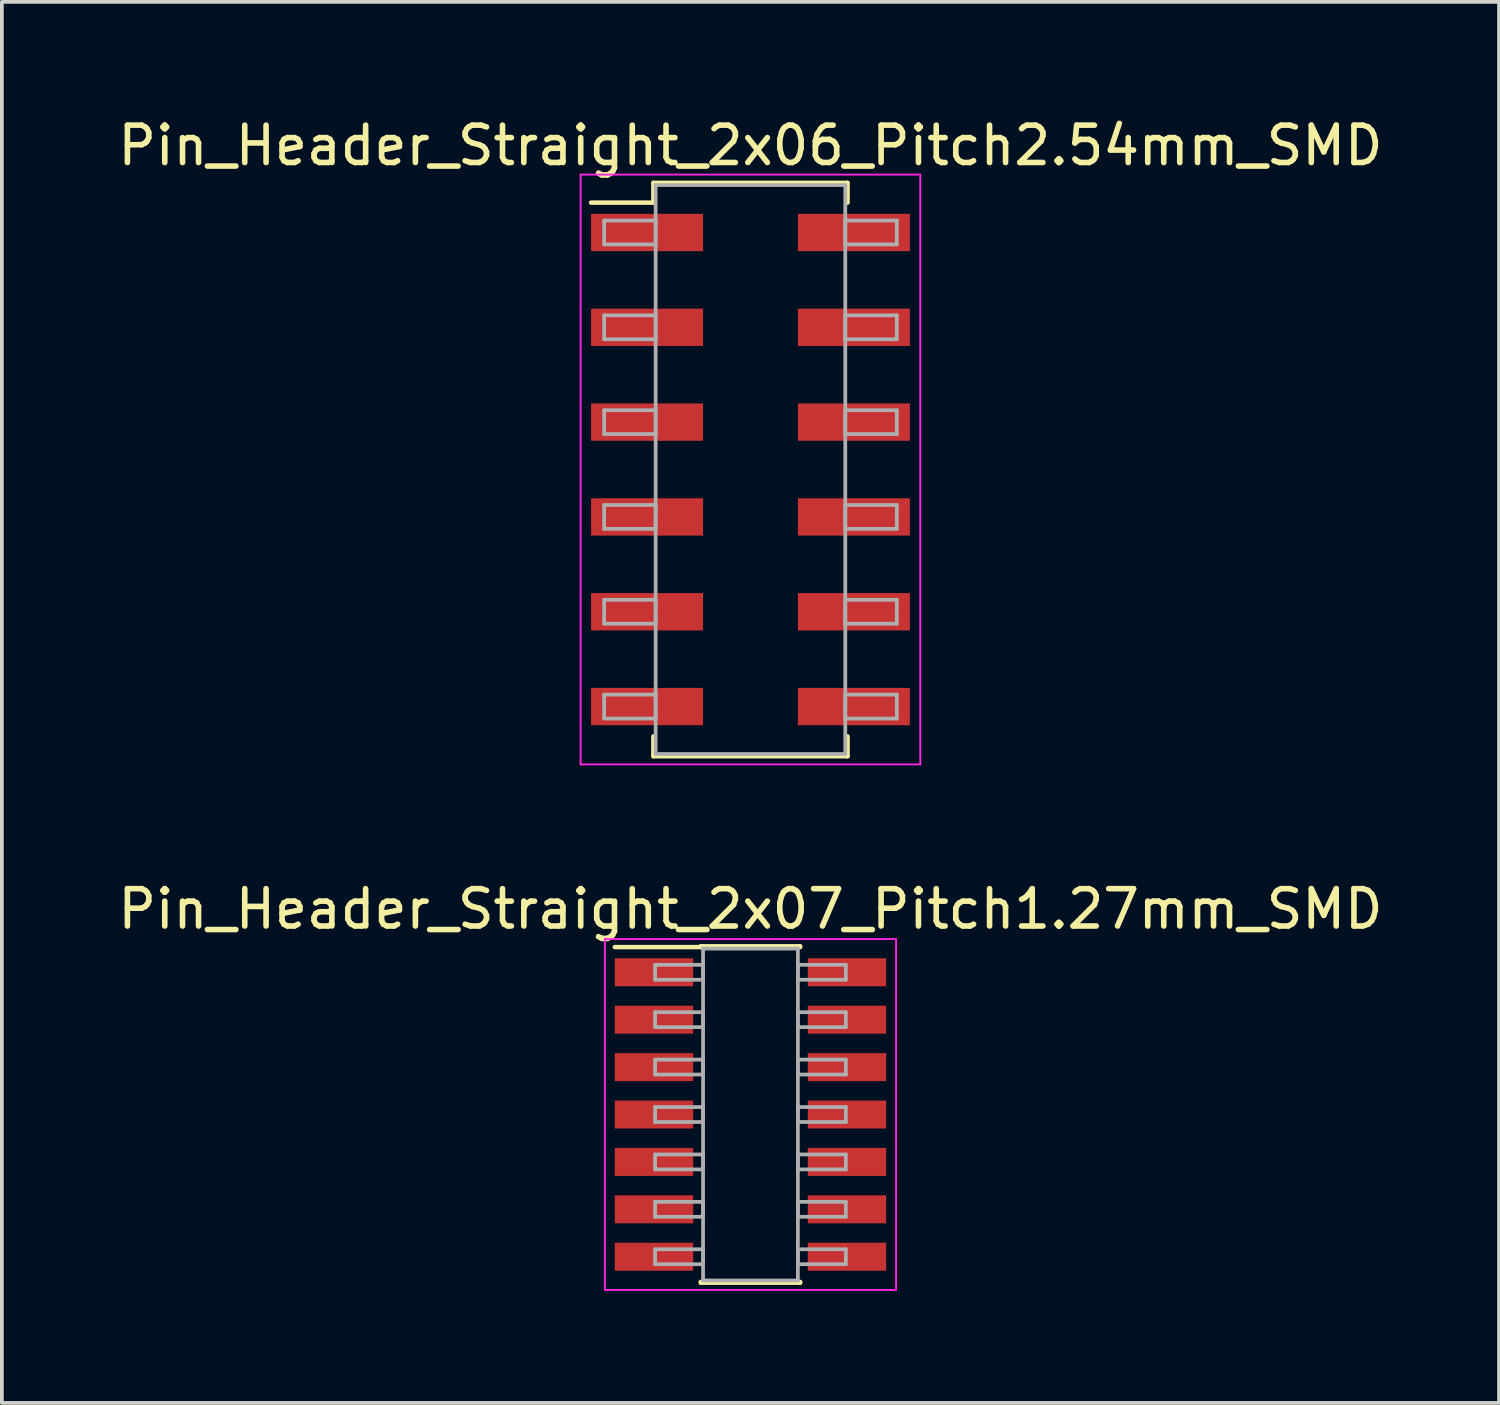
<source format=kicad_pcb>
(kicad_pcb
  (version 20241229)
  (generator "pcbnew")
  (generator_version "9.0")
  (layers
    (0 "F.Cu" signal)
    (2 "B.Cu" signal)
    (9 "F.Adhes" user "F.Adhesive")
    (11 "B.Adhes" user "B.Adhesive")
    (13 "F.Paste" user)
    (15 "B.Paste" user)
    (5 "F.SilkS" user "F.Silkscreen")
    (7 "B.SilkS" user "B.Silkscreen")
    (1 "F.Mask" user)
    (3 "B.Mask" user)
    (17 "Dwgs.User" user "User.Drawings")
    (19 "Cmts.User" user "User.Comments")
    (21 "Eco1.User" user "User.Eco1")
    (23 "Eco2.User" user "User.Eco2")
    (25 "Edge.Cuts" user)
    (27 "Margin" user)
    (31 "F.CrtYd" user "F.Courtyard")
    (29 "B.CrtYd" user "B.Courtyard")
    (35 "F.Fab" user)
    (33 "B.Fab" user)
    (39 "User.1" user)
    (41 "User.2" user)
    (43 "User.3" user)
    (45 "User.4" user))
  (footprint "Pin_Header_Straight_2x07_Pitch1.27mm_SMD"
    (layer "F.Cu")
    (at 17.054 26.806)
    (property "Reference" "Pin_Header_Straight_2x07_Pitch1.27mm_SMD" (at 0 -5.505 0) (layer "F.SilkS") (effects (font (size 1 1) (thickness 0.15))))
    (attr smd)
    (fp_line (start -3.635 -4.485) (end -1.33 -4.485) (stroke (width 0.12) (type solid)) (layer "F.SilkS"))
    (fp_line (start -1.33 -4.505) (end 1.33 -4.505) (stroke (width 0.12) (type solid)) (layer "F.SilkS"))
    (fp_line (start -1.33 -4.485) (end -1.33 -4.505) (stroke (width 0.12) (type solid)) (layer "F.SilkS"))
    (fp_line (start -1.33 4.485) (end -1.33 4.505) (stroke (width 0.12) (type solid)) (layer "F.SilkS"))
    (fp_line (start -1.33 4.505) (end 1.33 4.505) (stroke (width 0.12) (type solid)) (layer "F.SilkS"))
    (fp_line (start 1.33 -4.505) (end 1.33 -4.485) (stroke (width 0.12) (type solid)) (layer "F.SilkS"))
    (fp_line (start 1.33 4.505) (end 1.33 4.485) (stroke (width 0.12) (type solid)) (layer "F.SilkS"))
    (fp_line (start -3.9 -4.7) (end -3.9 4.7) (stroke (width 0.05) (type solid)) (layer "F.CrtYd"))
    (fp_line (start -3.9 4.7) (end 3.9 4.7) (stroke (width 0.05) (type solid)) (layer "F.CrtYd"))
    (fp_line (start 3.9 -4.7) (end -3.9 -4.7) (stroke (width 0.05) (type solid)) (layer "F.CrtYd"))
    (fp_line (start 3.9 4.7) (end 3.9 -4.7) (stroke (width 0.05) (type solid)) (layer "F.CrtYd"))
    (fp_line (start -2.555 -4.01) (end -1.27 -4.01) (stroke (width 0.1) (type solid)) (layer "F.Fab"))
    (fp_line (start -2.555 -3.61) (end -2.555 -4.01) (stroke (width 0.1) (type solid)) (layer "F.Fab"))
    (fp_line (start -2.555 -2.74) (end -1.27 -2.74) (stroke (width 0.1) (type solid)) (layer "F.Fab"))
    (fp_line (start -2.555 -2.34) (end -2.555 -2.74) (stroke (width 0.1) (type solid)) (layer "F.Fab"))
    (fp_line (start -2.555 -1.47) (end -1.27 -1.47) (stroke (width 0.1) (type solid)) (layer "F.Fab"))
    (fp_line (start -2.555 -1.07) (end -2.555 -1.47) (stroke (width 0.1) (type solid)) (layer "F.Fab"))
    (fp_line (start -2.555 -0.2) (end -1.27 -0.2) (stroke (width 0.1) (type solid)) (layer "F.Fab"))
    (fp_line (start -2.555 0.2) (end -2.555 -0.2) (stroke (width 0.1) (type solid)) (layer "F.Fab"))
    (fp_line (start -2.555 1.07) (end -1.27 1.07) (stroke (width 0.1) (type solid)) (layer "F.Fab"))
    (fp_line (start -2.555 1.47) (end -2.555 1.07) (stroke (width 0.1) (type solid)) (layer "F.Fab"))
    (fp_line (start -2.555 2.34) (end -1.27 2.34) (stroke (width 0.1) (type solid)) (layer "F.Fab"))
    (fp_line (start -2.555 2.74) (end -2.555 2.34) (stroke (width 0.1) (type solid)) (layer "F.Fab"))
    (fp_line (start -2.555 3.61) (end -1.27 3.61) (stroke (width 0.1) (type solid)) (layer "F.Fab"))
    (fp_line (start -2.555 4.01) (end -2.555 3.61) (stroke (width 0.1) (type solid)) (layer "F.Fab"))
    (fp_line (start -1.27 -4.445) (end -1.27 4.445) (stroke (width 0.1) (type solid)) (layer "F.Fab"))
    (fp_line (start -1.27 -4.01) (end -1.27 -3.61) (stroke (width 0.1) (type solid)) (layer "F.Fab"))
    (fp_line (start -1.27 -3.61) (end -2.555 -3.61) (stroke (width 0.1) (type solid)) (layer "F.Fab"))
    (fp_line (start -1.27 -2.74) (end -1.27 -2.34) (stroke (width 0.1) (type solid)) (layer "F.Fab"))
    (fp_line (start -1.27 -2.34) (end -2.555 -2.34) (stroke (width 0.1) (type solid)) (layer "F.Fab"))
    (fp_line (start -1.27 -1.47) (end -1.27 -1.07) (stroke (width 0.1) (type solid)) (layer "F.Fab"))
    (fp_line (start -1.27 -1.07) (end -2.555 -1.07) (stroke (width 0.1) (type solid)) (layer "F.Fab"))
    (fp_line (start -1.27 -0.2) (end -1.27 0.2) (stroke (width 0.1) (type solid)) (layer "F.Fab"))
    (fp_line (start -1.27 0.2) (end -2.555 0.2) (stroke (width 0.1) (type solid)) (layer "F.Fab"))
    (fp_line (start -1.27 1.07) (end -1.27 1.47) (stroke (width 0.1) (type solid)) (layer "F.Fab"))
    (fp_line (start -1.27 1.47) (end -2.555 1.47) (stroke (width 0.1) (type solid)) (layer "F.Fab"))
    (fp_line (start -1.27 2.34) (end -1.27 2.74) (stroke (width 0.1) (type solid)) (layer "F.Fab"))
    (fp_line (start -1.27 2.74) (end -2.555 2.74) (stroke (width 0.1) (type solid)) (layer "F.Fab"))
    (fp_line (start -1.27 3.61) (end -1.27 4.01) (stroke (width 0.1) (type solid)) (layer "F.Fab"))
    (fp_line (start -1.27 4.01) (end -2.555 4.01) (stroke (width 0.1) (type solid)) (layer "F.Fab"))
    (fp_line (start -1.27 4.445) (end 1.27 4.445) (stroke (width 0.1) (type solid)) (layer "F.Fab"))
    (fp_line (start 1.27 -4.445) (end -1.27 -4.445) (stroke (width 0.1) (type solid)) (layer "F.Fab"))
    (fp_line (start 1.27 -4.01) (end 1.27 -3.61) (stroke (width 0.1) (type solid)) (layer "F.Fab"))
    (fp_line (start 1.27 -3.61) (end 2.555 -3.61) (stroke (width 0.1) (type solid)) (layer "F.Fab"))
    (fp_line (start 1.27 -2.74) (end 1.27 -2.34) (stroke (width 0.1) (type solid)) (layer "F.Fab"))
    (fp_line (start 1.27 -2.34) (end 2.555 -2.34) (stroke (width 0.1) (type solid)) (layer "F.Fab"))
    (fp_line (start 1.27 -1.47) (end 1.27 -1.07) (stroke (width 0.1) (type solid)) (layer "F.Fab"))
    (fp_line (start 1.27 -1.07) (end 2.555 -1.07) (stroke (width 0.1) (type solid)) (layer "F.Fab"))
    (fp_line (start 1.27 -0.2) (end 1.27 0.2) (stroke (width 0.1) (type solid)) (layer "F.Fab"))
    (fp_line (start 1.27 0.2) (end 2.555 0.2) (stroke (width 0.1) (type solid)) (layer "F.Fab"))
    (fp_line (start 1.27 1.07) (end 1.27 1.47) (stroke (width 0.1) (type solid)) (layer "F.Fab"))
    (fp_line (start 1.27 1.47) (end 2.555 1.47) (stroke (width 0.1) (type solid)) (layer "F.Fab"))
    (fp_line (start 1.27 2.34) (end 1.27 2.74) (stroke (width 0.1) (type solid)) (layer "F.Fab"))
    (fp_line (start 1.27 2.74) (end 2.555 2.74) (stroke (width 0.1) (type solid)) (layer "F.Fab"))
    (fp_line (start 1.27 3.61) (end 1.27 4.01) (stroke (width 0.1) (type solid)) (layer "F.Fab"))
    (fp_line (start 1.27 4.01) (end 2.555 4.01) (stroke (width 0.1) (type solid)) (layer "F.Fab"))
    (fp_line (start 1.27 4.445) (end 1.27 -4.445) (stroke (width 0.1) (type solid)) (layer "F.Fab"))
    (fp_line (start 2.555 -4.01) (end 1.27 -4.01) (stroke (width 0.1) (type solid)) (layer "F.Fab"))
    (fp_line (start 2.555 -3.61) (end 2.555 -4.01) (stroke (width 0.1) (type solid)) (layer "F.Fab"))
    (fp_line (start 2.555 -2.74) (end 1.27 -2.74) (stroke (width 0.1) (type solid)) (layer "F.Fab"))
    (fp_line (start 2.555 -2.34) (end 2.555 -2.74) (stroke (width 0.1) (type solid)) (layer "F.Fab"))
    (fp_line (start 2.555 -1.47) (end 1.27 -1.47) (stroke (width 0.1) (type solid)) (layer "F.Fab"))
    (fp_line (start 2.555 -1.07) (end 2.555 -1.47) (stroke (width 0.1) (type solid)) (layer "F.Fab"))
    (fp_line (start 2.555 -0.2) (end 1.27 -0.2) (stroke (width 0.1) (type solid)) (layer "F.Fab"))
    (fp_line (start 2.555 0.2) (end 2.555 -0.2) (stroke (width 0.1) (type solid)) (layer "F.Fab"))
    (fp_line (start 2.555 1.07) (end 1.27 1.07) (stroke (width 0.1) (type solid)) (layer "F.Fab"))
    (fp_line (start 2.555 1.47) (end 2.555 1.07) (stroke (width 0.1) (type solid)) (layer "F.Fab"))
    (fp_line (start 2.555 2.34) (end 1.27 2.34) (stroke (width 0.1) (type solid)) (layer "F.Fab"))
    (fp_line (start 2.555 2.74) (end 2.555 2.34) (stroke (width 0.1) (type solid)) (layer "F.Fab"))
    (fp_line (start 2.555 3.61) (end 1.27 3.61) (stroke (width 0.1) (type solid)) (layer "F.Fab"))
    (fp_line (start 2.555 4.01) (end 2.555 3.61) (stroke (width 0.1) (type solid)) (layer "F.Fab"))
    (pad "1" smd rect (at -2.585 -3.81) (size 2.1 0.75) (layers "F.Cu" "F.Mask"))
    (pad "2" smd rect (at 2.585 -3.81) (size 2.1 0.75) (layers "F.Cu" "F.Mask"))
    (pad "3" smd rect (at -2.585 -2.54) (size 2.1 0.75) (layers "F.Cu" "F.Mask"))
    (pad "4" smd rect (at 2.585 -2.54) (size 2.1 0.75) (layers "F.Cu" "F.Mask"))
    (pad "5" smd rect (at -2.585 -1.27) (size 2.1 0.75) (layers "F.Cu" "F.Mask"))
    (pad "6" smd rect (at 2.585 -1.27) (size 2.1 0.75) (layers "F.Cu" "F.Mask"))
    (pad "7" smd rect (at -2.585 0) (size 2.1 0.75) (layers "F.Cu" "F.Mask"))
    (pad "8" smd rect (at 2.585 0) (size 2.1 0.75) (layers "F.Cu" "F.Mask"))
    (pad "9" smd rect (at -2.585 1.27) (size 2.1 0.75) (layers "F.Cu" "F.Mask"))
    (pad "10" smd rect (at 2.585 1.27) (size 2.1 0.75) (layers "F.Cu" "F.Mask"))
    (pad "11" smd rect (at -2.585 2.54) (size 2.1 0.75) (layers "F.Cu" "F.Mask"))
    (pad "12" smd rect (at 2.585 2.54) (size 2.1 0.75) (layers "F.Cu" "F.Mask"))
    (pad "13" smd rect (at -2.585 3.81) (size 2.1 0.75) (layers "F.Cu" "F.Mask"))
    (pad "14" smd rect (at 2.585 3.81) (size 2.1 0.75) (layers "F.Cu" "F.Mask")))
  (footprint "Pin_Header_Straight_2x06_Pitch2.54mm_SMD"
    (layer "F.Cu")
    (at 17.054 9.528)
    (property "Reference" "Pin_Header_Straight_2x06_Pitch2.54mm_SMD" (at 0 -8.68 0) (layer "F.SilkS") (effects (font (size 1 1) (thickness 0.15))))
    (attr smd)
    (fp_line (start -4.27 -7.15) (end -2.6 -7.15) (stroke (width 0.12) (type solid)) (layer "F.SilkS"))
    (fp_line (start -2.6 -7.68) (end 2.6 -7.68) (stroke (width 0.12) (type solid)) (layer "F.SilkS"))
    (fp_line (start -2.6 -7.15) (end -2.6 -7.68) (stroke (width 0.12) (type solid)) (layer "F.SilkS"))
    (fp_line (start -2.6 7.15) (end -2.6 7.68) (stroke (width 0.12) (type solid)) (layer "F.SilkS"))
    (fp_line (start -2.6 7.68) (end 2.6 7.68) (stroke (width 0.12) (type solid)) (layer "F.SilkS"))
    (fp_line (start 2.6 -7.68) (end 2.6 -7.15) (stroke (width 0.12) (type solid)) (layer "F.SilkS"))
    (fp_line (start 2.6 7.68) (end 2.6 7.15) (stroke (width 0.12) (type solid)) (layer "F.SilkS"))
    (fp_line (start -4.55 -7.9) (end -4.55 7.9) (stroke (width 0.05) (type solid)) (layer "F.CrtYd"))
    (fp_line (start -4.55 7.9) (end 4.55 7.9) (stroke (width 0.05) (type solid)) (layer "F.CrtYd"))
    (fp_line (start 4.55 -7.9) (end -4.55 -7.9) (stroke (width 0.05) (type solid)) (layer "F.CrtYd"))
    (fp_line (start 4.55 7.9) (end 4.55 -7.9) (stroke (width 0.05) (type solid)) (layer "F.CrtYd"))
    (fp_line (start -3.92 -6.67) (end -2.54 -6.67) (stroke (width 0.1) (type solid)) (layer "F.Fab"))
    (fp_line (start -3.92 -6.03) (end -3.92 -6.67) (stroke (width 0.1) (type solid)) (layer "F.Fab"))
    (fp_line (start -3.92 -4.13) (end -2.54 -4.13) (stroke (width 0.1) (type solid)) (layer "F.Fab"))
    (fp_line (start -3.92 -3.49) (end -3.92 -4.13) (stroke (width 0.1) (type solid)) (layer "F.Fab"))
    (fp_line (start -3.92 -1.59) (end -2.54 -1.59) (stroke (width 0.1) (type solid)) (layer "F.Fab"))
    (fp_line (start -3.92 -0.95) (end -3.92 -1.59) (stroke (width 0.1) (type solid)) (layer "F.Fab"))
    (fp_line (start -3.92 0.95) (end -2.54 0.95) (stroke (width 0.1) (type solid)) (layer "F.Fab"))
    (fp_line (start -3.92 1.59) (end -3.92 0.95) (stroke (width 0.1) (type solid)) (layer "F.Fab"))
    (fp_line (start -3.92 3.49) (end -2.54 3.49) (stroke (width 0.1) (type solid)) (layer "F.Fab"))
    (fp_line (start -3.92 4.13) (end -3.92 3.49) (stroke (width 0.1) (type solid)) (layer "F.Fab"))
    (fp_line (start -3.92 6.03) (end -2.54 6.03) (stroke (width 0.1) (type solid)) (layer "F.Fab"))
    (fp_line (start -3.92 6.67) (end -3.92 6.03) (stroke (width 0.1) (type solid)) (layer "F.Fab"))
    (fp_line (start -2.54 -7.62) (end -2.54 7.62) (stroke (width 0.1) (type solid)) (layer "F.Fab"))
    (fp_line (start -2.54 -6.67) (end -2.54 -6.03) (stroke (width 0.1) (type solid)) (layer "F.Fab"))
    (fp_line (start -2.54 -6.03) (end -3.92 -6.03) (stroke (width 0.1) (type solid)) (layer "F.Fab"))
    (fp_line (start -2.54 -4.13) (end -2.54 -3.49) (stroke (width 0.1) (type solid)) (layer "F.Fab"))
    (fp_line (start -2.54 -3.49) (end -3.92 -3.49) (stroke (width 0.1) (type solid)) (layer "F.Fab"))
    (fp_line (start -2.54 -1.59) (end -2.54 -0.95) (stroke (width 0.1) (type solid)) (layer "F.Fab"))
    (fp_line (start -2.54 -0.95) (end -3.92 -0.95) (stroke (width 0.1) (type solid)) (layer "F.Fab"))
    (fp_line (start -2.54 0.95) (end -2.54 1.59) (stroke (width 0.1) (type solid)) (layer "F.Fab"))
    (fp_line (start -2.54 1.59) (end -3.92 1.59) (stroke (width 0.1) (type solid)) (layer "F.Fab"))
    (fp_line (start -2.54 3.49) (end -2.54 4.13) (stroke (width 0.1) (type solid)) (layer "F.Fab"))
    (fp_line (start -2.54 4.13) (end -3.92 4.13) (stroke (width 0.1) (type solid)) (layer "F.Fab"))
    (fp_line (start -2.54 6.03) (end -2.54 6.67) (stroke (width 0.1) (type solid)) (layer "F.Fab"))
    (fp_line (start -2.54 6.67) (end -3.92 6.67) (stroke (width 0.1) (type solid)) (layer "F.Fab"))
    (fp_line (start -2.54 7.62) (end 2.54 7.62) (stroke (width 0.1) (type solid)) (layer "F.Fab"))
    (fp_line (start 2.54 -7.62) (end -2.54 -7.62) (stroke (width 0.1) (type solid)) (layer "F.Fab"))
    (fp_line (start 2.54 -6.67) (end 2.54 -6.03) (stroke (width 0.1) (type solid)) (layer "F.Fab"))
    (fp_line (start 2.54 -6.03) (end 3.92 -6.03) (stroke (width 0.1) (type solid)) (layer "F.Fab"))
    (fp_line (start 2.54 -4.13) (end 2.54 -3.49) (stroke (width 0.1) (type solid)) (layer "F.Fab"))
    (fp_line (start 2.54 -3.49) (end 3.92 -3.49) (stroke (width 0.1) (type solid)) (layer "F.Fab"))
    (fp_line (start 2.54 -1.59) (end 2.54 -0.95) (stroke (width 0.1) (type solid)) (layer "F.Fab"))
    (fp_line (start 2.54 -0.95) (end 3.92 -0.95) (stroke (width 0.1) (type solid)) (layer "F.Fab"))
    (fp_line (start 2.54 0.95) (end 2.54 1.59) (stroke (width 0.1) (type solid)) (layer "F.Fab"))
    (fp_line (start 2.54 1.59) (end 3.92 1.59) (stroke (width 0.1) (type solid)) (layer "F.Fab"))
    (fp_line (start 2.54 3.49) (end 2.54 4.13) (stroke (width 0.1) (type solid)) (layer "F.Fab"))
    (fp_line (start 2.54 4.13) (end 3.92 4.13) (stroke (width 0.1) (type solid)) (layer "F.Fab"))
    (fp_line (start 2.54 6.03) (end 2.54 6.67) (stroke (width 0.1) (type solid)) (layer "F.Fab"))
    (fp_line (start 2.54 6.67) (end 3.92 6.67) (stroke (width 0.1) (type solid)) (layer "F.Fab"))
    (fp_line (start 2.54 7.62) (end 2.54 -7.62) (stroke (width 0.1) (type solid)) (layer "F.Fab"))
    (fp_line (start 3.92 -6.67) (end 2.54 -6.67) (stroke (width 0.1) (type solid)) (layer "F.Fab"))
    (fp_line (start 3.92 -6.03) (end 3.92 -6.67) (stroke (width 0.1) (type solid)) (layer "F.Fab"))
    (fp_line (start 3.92 -4.13) (end 2.54 -4.13) (stroke (width 0.1) (type solid)) (layer "F.Fab"))
    (fp_line (start 3.92 -3.49) (end 3.92 -4.13) (stroke (width 0.1) (type solid)) (layer "F.Fab"))
    (fp_line (start 3.92 -1.59) (end 2.54 -1.59) (stroke (width 0.1) (type solid)) (layer "F.Fab"))
    (fp_line (start 3.92 -0.95) (end 3.92 -1.59) (stroke (width 0.1) (type solid)) (layer "F.Fab"))
    (fp_line (start 3.92 0.95) (end 2.54 0.95) (stroke (width 0.1) (type solid)) (layer "F.Fab"))
    (fp_line (start 3.92 1.59) (end 3.92 0.95) (stroke (width 0.1) (type solid)) (layer "F.Fab"))
    (fp_line (start 3.92 3.49) (end 2.54 3.49) (stroke (width 0.1) (type solid)) (layer "F.Fab"))
    (fp_line (start 3.92 4.13) (end 3.92 3.49) (stroke (width 0.1) (type solid)) (layer "F.Fab"))
    (fp_line (start 3.92 6.03) (end 2.54 6.03) (stroke (width 0.1) (type solid)) (layer "F.Fab"))
    (fp_line (start 3.92 6.67) (end 3.92 6.03) (stroke (width 0.1) (type solid)) (layer "F.Fab"))
    (pad "1" smd rect (at -2.77 -6.35) (size 3 1) (layers "F.Cu" "F.Mask"))
    (pad "2" smd rect (at 2.77 -6.35) (size 3 1) (layers "F.Cu" "F.Mask"))
    (pad "3" smd rect (at -2.77 -3.81) (size 3 1) (layers "F.Cu" "F.Mask"))
    (pad "4" smd rect (at 2.77 -3.81) (size 3 1) (layers "F.Cu" "F.Mask"))
    (pad "5" smd rect (at -2.77 -1.27) (size 3 1) (layers "F.Cu" "F.Mask"))
    (pad "6" smd rect (at 2.77 -1.27) (size 3 1) (layers "F.Cu" "F.Mask"))
    (pad "7" smd rect (at -2.77 1.27) (size 3 1) (layers "F.Cu" "F.Mask"))
    (pad "8" smd rect (at 2.77 1.27) (size 3 1) (layers "F.Cu" "F.Mask"))
    (pad "9" smd rect (at -2.77 3.81) (size 3 1) (layers "F.Cu" "F.Mask"))
    (pad "10" smd rect (at 2.77 3.81) (size 3 1) (layers "F.Cu" "F.Mask"))
    (pad "11" smd rect (at -2.77 6.35) (size 3 1) (layers "F.Cu" "F.Mask"))
    (pad "12" smd rect (at 2.77 6.35) (size 3 1) (layers "F.Cu" "F.Mask")))
  (gr_rect
    (start -3 -3)
    (end 37.107 34.532)
    (stroke (width 0.1) (type default))
    (fill no)
    (layer "Edge.Cuts")))
</source>
